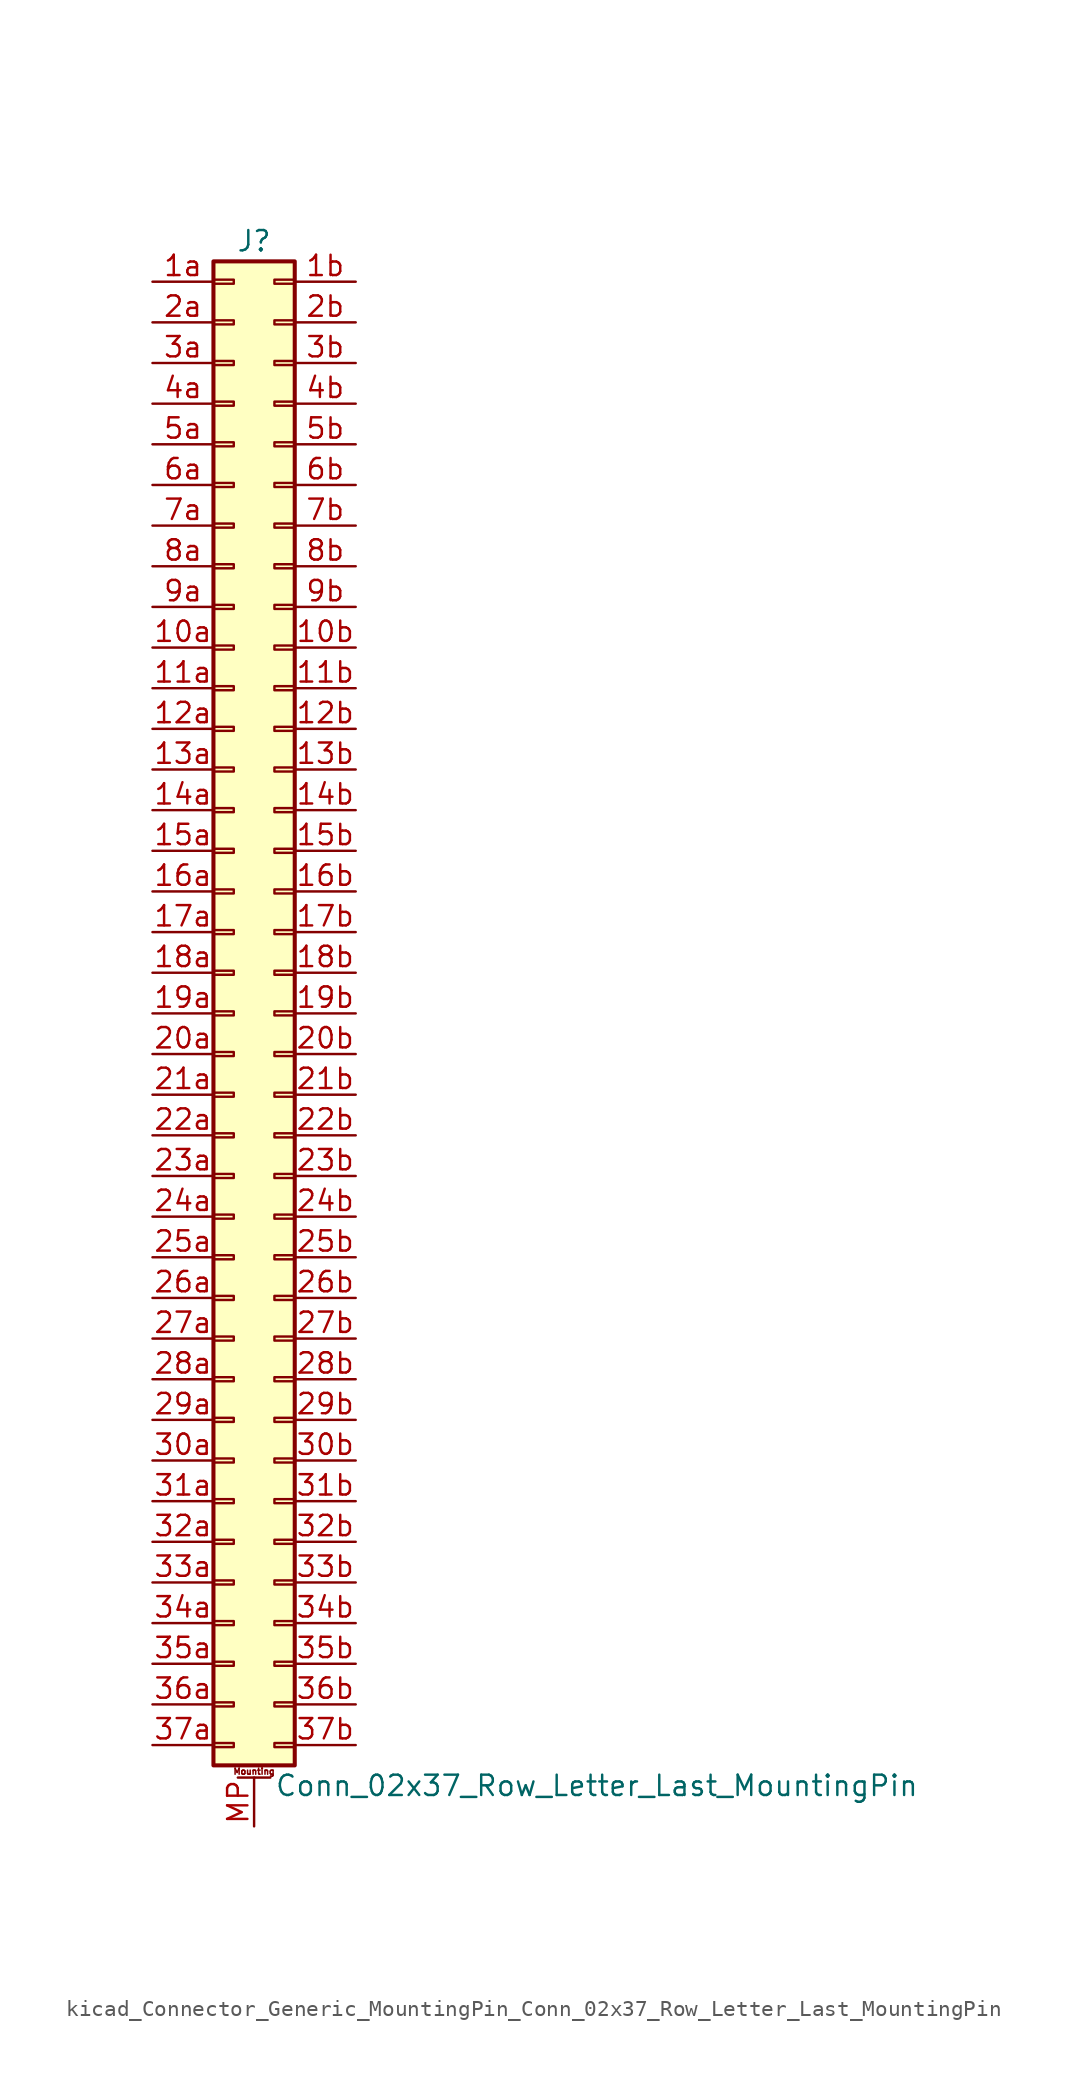
<source format=kicad_sym>
(kicad_symbol_lib
  (version 20220914)
  (generator kicad_symbol_editor)
  (symbol "kicad_Connector_Generic_MountingPin_Conn_02x37_Row_Letter_Last_MountingPin"
    (pin_names
      (offset 1.016) hide)
    (property "Reference" "J"
      (at 1.27 48.26 0)
      (effects (font (size 1.27 1.27))))
    (property "Value" "Conn_02x37_Row_Letter_Last_MountingPin"
      (at 2.54 -48.26 0)
      (effects (font (size 1.27 1.27)) (justify left)))
    (symbol "kicad_Connector_Generic_MountingPin_Conn_02x37_Row_Letter_Last_MountingPin_1_1"
      (rectangle (start -1.27 -45.593) (end 0 -45.847) (stroke (width 0.152) (type default)) (fill (type none)))
      (rectangle (start -1.27 -43.053) (end 0 -43.307) (stroke (width 0.152) (type default)) (fill (type none)))
      (rectangle (start -1.27 -40.513) (end 0 -40.767) (stroke (width 0.152) (type default)) (fill (type none)))
      (rectangle (start -1.27 -37.973) (end 0 -38.227) (stroke (width 0.152) (type default)) (fill (type none)))
      (rectangle (start -1.27 -35.433) (end 0 -35.687) (stroke (width 0.152) (type default)) (fill (type none)))
      (rectangle (start -1.27 -32.893) (end 0 -33.147) (stroke (width 0.152) (type default)) (fill (type none)))
      (rectangle (start -1.27 -30.353) (end 0 -30.607) (stroke (width 0.152) (type default)) (fill (type none)))
      (rectangle (start -1.27 -27.813) (end 0 -28.067) (stroke (width 0.152) (type default)) (fill (type none)))
      (rectangle (start -1.27 -25.273) (end 0 -25.527) (stroke (width 0.152) (type default)) (fill (type none)))
      (rectangle (start -1.27 -22.733) (end 0 -22.987) (stroke (width 0.152) (type default)) (fill (type none)))
      (rectangle (start -1.27 -20.193) (end 0 -20.447) (stroke (width 0.152) (type default)) (fill (type none)))
      (rectangle (start -1.27 -17.653) (end 0 -17.907) (stroke (width 0.152) (type default)) (fill (type none)))
      (rectangle (start -1.27 -15.113) (end 0 -15.367) (stroke (width 0.152) (type default)) (fill (type none)))
      (rectangle (start -1.27 -12.573) (end 0 -12.827) (stroke (width 0.152) (type default)) (fill (type none)))
      (rectangle (start -1.27 -10.033) (end 0 -10.287) (stroke (width 0.152) (type default)) (fill (type none)))
      (rectangle (start -1.27 -7.493) (end 0 -7.747) (stroke (width 0.152) (type default)) (fill (type none)))
      (rectangle (start -1.27 -4.953) (end 0 -5.207) (stroke (width 0.152) (type default)) (fill (type none)))
      (rectangle (start -1.27 -2.413) (end 0 -2.667) (stroke (width 0.152) (type default)) (fill (type none)))
      (rectangle (start -1.27 0.127) (end 0 -0.127) (stroke (width 0.152) (type default)) (fill (type none)))
      (rectangle (start -1.27 2.667) (end 0 2.413) (stroke (width 0.152) (type default)) (fill (type none)))
      (rectangle (start -1.27 5.207) (end 0 4.953) (stroke (width 0.152) (type default)) (fill (type none)))
      (rectangle (start -1.27 7.747) (end 0 7.493) (stroke (width 0.152) (type default)) (fill (type none)))
      (rectangle (start -1.27 10.287) (end 0 10.033) (stroke (width 0.152) (type default)) (fill (type none)))
      (rectangle (start -1.27 12.827) (end 0 12.573) (stroke (width 0.152) (type default)) (fill (type none)))
      (rectangle (start -1.27 15.367) (end 0 15.113) (stroke (width 0.152) (type default)) (fill (type none)))
      (rectangle (start -1.27 17.907) (end 0 17.653) (stroke (width 0.152) (type default)) (fill (type none)))
      (rectangle (start -1.27 20.447) (end 0 20.193) (stroke (width 0.152) (type default)) (fill (type none)))
      (rectangle (start -1.27 22.987) (end 0 22.733) (stroke (width 0.152) (type default)) (fill (type none)))
      (rectangle (start -1.27 25.527) (end 0 25.273) (stroke (width 0.152) (type default)) (fill (type none)))
      (rectangle (start -1.27 28.067) (end 0 27.813) (stroke (width 0.152) (type default)) (fill (type none)))
      (rectangle (start -1.27 30.607) (end 0 30.353) (stroke (width 0.152) (type default)) (fill (type none)))
      (rectangle (start -1.27 33.147) (end 0 32.893) (stroke (width 0.152) (type default)) (fill (type none)))
      (rectangle (start -1.27 35.687) (end 0 35.433) (stroke (width 0.152) (type default)) (fill (type none)))
      (rectangle (start -1.27 38.227) (end 0 37.973) (stroke (width 0.152) (type default)) (fill (type none)))
      (rectangle (start -1.27 40.767) (end 0 40.513) (stroke (width 0.152) (type default)) (fill (type none)))
      (rectangle (start -1.27 43.307) (end 0 43.053) (stroke (width 0.152) (type default)) (fill (type none)))
      (rectangle (start -1.27 45.847) (end 0 45.593) (stroke (width 0.152) (type default)) (fill (type none)))
      (rectangle (start -1.27 46.99) (end 3.81 -46.99) (stroke (width 0.254) (type default)) (fill (type background)))
      (polyline (pts (xy 0.254 -47.752) (xy 2.286 -47.752)) (stroke (width 0.152) (type default)) (fill (type none)))
      (rectangle (start 3.81 -45.593) (end 2.54 -45.847) (stroke (width 0.152) (type default)) (fill (type none)))
      (rectangle (start 3.81 -43.053) (end 2.54 -43.307) (stroke (width 0.152) (type default)) (fill (type none)))
      (rectangle (start 3.81 -40.513) (end 2.54 -40.767) (stroke (width 0.152) (type default)) (fill (type none)))
      (rectangle (start 3.81 -37.973) (end 2.54 -38.227) (stroke (width 0.152) (type default)) (fill (type none)))
      (rectangle (start 3.81 -35.433) (end 2.54 -35.687) (stroke (width 0.152) (type default)) (fill (type none)))
      (rectangle (start 3.81 -32.893) (end 2.54 -33.147) (stroke (width 0.152) (type default)) (fill (type none)))
      (rectangle (start 3.81 -30.353) (end 2.54 -30.607) (stroke (width 0.152) (type default)) (fill (type none)))
      (rectangle (start 3.81 -27.813) (end 2.54 -28.067) (stroke (width 0.152) (type default)) (fill (type none)))
      (rectangle (start 3.81 -25.273) (end 2.54 -25.527) (stroke (width 0.152) (type default)) (fill (type none)))
      (rectangle (start 3.81 -22.733) (end 2.54 -22.987) (stroke (width 0.152) (type default)) (fill (type none)))
      (rectangle (start 3.81 -20.193) (end 2.54 -20.447) (stroke (width 0.152) (type default)) (fill (type none)))
      (rectangle (start 3.81 -17.653) (end 2.54 -17.907) (stroke (width 0.152) (type default)) (fill (type none)))
      (rectangle (start 3.81 -15.113) (end 2.54 -15.367) (stroke (width 0.152) (type default)) (fill (type none)))
      (rectangle (start 3.81 -12.573) (end 2.54 -12.827) (stroke (width 0.152) (type default)) (fill (type none)))
      (rectangle (start 3.81 -10.033) (end 2.54 -10.287) (stroke (width 0.152) (type default)) (fill (type none)))
      (rectangle (start 3.81 -7.493) (end 2.54 -7.747) (stroke (width 0.152) (type default)) (fill (type none)))
      (rectangle (start 3.81 -4.953) (end 2.54 -5.207) (stroke (width 0.152) (type default)) (fill (type none)))
      (rectangle (start 3.81 -2.413) (end 2.54 -2.667) (stroke (width 0.152) (type default)) (fill (type none)))
      (rectangle (start 3.81 0.127) (end 2.54 -0.127) (stroke (width 0.152) (type default)) (fill (type none)))
      (rectangle (start 3.81 2.667) (end 2.54 2.413) (stroke (width 0.152) (type default)) (fill (type none)))
      (rectangle (start 3.81 5.207) (end 2.54 4.953) (stroke (width 0.152) (type default)) (fill (type none)))
      (rectangle (start 3.81 7.747) (end 2.54 7.493) (stroke (width 0.152) (type default)) (fill (type none)))
      (rectangle (start 3.81 10.287) (end 2.54 10.033) (stroke (width 0.152) (type default)) (fill (type none)))
      (rectangle (start 3.81 12.827) (end 2.54 12.573) (stroke (width 0.152) (type default)) (fill (type none)))
      (rectangle (start 3.81 15.367) (end 2.54 15.113) (stroke (width 0.152) (type default)) (fill (type none)))
      (rectangle (start 3.81 17.907) (end 2.54 17.653) (stroke (width 0.152) (type default)) (fill (type none)))
      (rectangle (start 3.81 20.447) (end 2.54 20.193) (stroke (width 0.152) (type default)) (fill (type none)))
      (rectangle (start 3.81 22.987) (end 2.54 22.733) (stroke (width 0.152) (type default)) (fill (type none)))
      (rectangle (start 3.81 25.527) (end 2.54 25.273) (stroke (width 0.152) (type default)) (fill (type none)))
      (rectangle (start 3.81 28.067) (end 2.54 27.813) (stroke (width 0.152) (type default)) (fill (type none)))
      (rectangle (start 3.81 30.607) (end 2.54 30.353) (stroke (width 0.152) (type default)) (fill (type none)))
      (rectangle (start 3.81 33.147) (end 2.54 32.893) (stroke (width 0.152) (type default)) (fill (type none)))
      (rectangle (start 3.81 35.687) (end 2.54 35.433) (stroke (width 0.152) (type default)) (fill (type none)))
      (rectangle (start 3.81 38.227) (end 2.54 37.973) (stroke (width 0.152) (type default)) (fill (type none)))
      (rectangle (start 3.81 40.767) (end 2.54 40.513) (stroke (width 0.152) (type default)) (fill (type none)))
      (rectangle (start 3.81 43.307) (end 2.54 43.053) (stroke (width 0.152) (type default)) (fill (type none)))
      (rectangle (start 3.81 45.847) (end 2.54 45.593) (stroke (width 0.152) (type default)) (fill (type none)))
      (text "Mounting" (at 1.27 -47.371 0) (effects (font (size 0.381 0.381))))
      (pin passive line (at -5.08 22.86 0) (length 3.81) (name "Pin_10a" (effects (font (size 1.27 1.27)))) (number "10a" (effects (font (size 1.27 1.27)))))
      (pin passive line (at 7.62 22.86 180) (length 3.81) (name "Pin_10b" (effects (font (size 1.27 1.27)))) (number "10b" (effects (font (size 1.27 1.27)))))
      (pin passive line (at -5.08 20.32 0) (length 3.81) (name "Pin_11a" (effects (font (size 1.27 1.27)))) (number "11a" (effects (font (size 1.27 1.27)))))
      (pin passive line (at 7.62 20.32 180) (length 3.81) (name "Pin_11b" (effects (font (size 1.27 1.27)))) (number "11b" (effects (font (size 1.27 1.27)))))
      (pin passive line (at -5.08 17.78 0) (length 3.81) (name "Pin_12a" (effects (font (size 1.27 1.27)))) (number "12a" (effects (font (size 1.27 1.27)))))
      (pin passive line (at 7.62 17.78 180) (length 3.81) (name "Pin_12b" (effects (font (size 1.27 1.27)))) (number "12b" (effects (font (size 1.27 1.27)))))
      (pin passive line (at -5.08 15.24 0) (length 3.81) (name "Pin_13a" (effects (font (size 1.27 1.27)))) (number "13a" (effects (font (size 1.27 1.27)))))
      (pin passive line (at 7.62 15.24 180) (length 3.81) (name "Pin_13b" (effects (font (size 1.27 1.27)))) (number "13b" (effects (font (size 1.27 1.27)))))
      (pin passive line (at -5.08 12.7 0) (length 3.81) (name "Pin_14a" (effects (font (size 1.27 1.27)))) (number "14a" (effects (font (size 1.27 1.27)))))
      (pin passive line (at 7.62 12.7 180) (length 3.81) (name "Pin_14b" (effects (font (size 1.27 1.27)))) (number "14b" (effects (font (size 1.27 1.27)))))
      (pin passive line (at -5.08 10.16 0) (length 3.81) (name "Pin_15a" (effects (font (size 1.27 1.27)))) (number "15a" (effects (font (size 1.27 1.27)))))
      (pin passive line (at 7.62 10.16 180) (length 3.81) (name "Pin_15b" (effects (font (size 1.27 1.27)))) (number "15b" (effects (font (size 1.27 1.27)))))
      (pin passive line (at -5.08 7.62 0) (length 3.81) (name "Pin_16a" (effects (font (size 1.27 1.27)))) (number "16a" (effects (font (size 1.27 1.27)))))
      (pin passive line (at 7.62 7.62 180) (length 3.81) (name "Pin_16b" (effects (font (size 1.27 1.27)))) (number "16b" (effects (font (size 1.27 1.27)))))
      (pin passive line (at -5.08 5.08 0) (length 3.81) (name "Pin_17a" (effects (font (size 1.27 1.27)))) (number "17a" (effects (font (size 1.27 1.27)))))
      (pin passive line (at 7.62 5.08 180) (length 3.81) (name "Pin_17b" (effects (font (size 1.27 1.27)))) (number "17b" (effects (font (size 1.27 1.27)))))
      (pin passive line (at -5.08 2.54 0) (length 3.81) (name "Pin_18a" (effects (font (size 1.27 1.27)))) (number "18a" (effects (font (size 1.27 1.27)))))
      (pin passive line (at 7.62 2.54 180) (length 3.81) (name "Pin_18b" (effects (font (size 1.27 1.27)))) (number "18b" (effects (font (size 1.27 1.27)))))
      (pin passive line (at -5.08 0 0) (length 3.81) (name "Pin_19a" (effects (font (size 1.27 1.27)))) (number "19a" (effects (font (size 1.27 1.27)))))
      (pin passive line (at 7.62 0 180) (length 3.81) (name "Pin_19b" (effects (font (size 1.27 1.27)))) (number "19b" (effects (font (size 1.27 1.27)))))
      (pin passive line (at -5.08 45.72 0) (length 3.81) (name "Pin_1a" (effects (font (size 1.27 1.27)))) (number "1a" (effects (font (size 1.27 1.27)))))
      (pin passive line (at 7.62 45.72 180) (length 3.81) (name "Pin_1b" (effects (font (size 1.27 1.27)))) (number "1b" (effects (font (size 1.27 1.27)))))
      (pin passive line (at -5.08 -2.54 0) (length 3.81) (name "Pin_20a" (effects (font (size 1.27 1.27)))) (number "20a" (effects (font (size 1.27 1.27)))))
      (pin passive line (at 7.62 -2.54 180) (length 3.81) (name "Pin_20b" (effects (font (size 1.27 1.27)))) (number "20b" (effects (font (size 1.27 1.27)))))
      (pin passive line (at -5.08 -5.08 0) (length 3.81) (name "Pin_21a" (effects (font (size 1.27 1.27)))) (number "21a" (effects (font (size 1.27 1.27)))))
      (pin passive line (at 7.62 -5.08 180) (length 3.81) (name "Pin_21b" (effects (font (size 1.27 1.27)))) (number "21b" (effects (font (size 1.27 1.27)))))
      (pin passive line (at -5.08 -7.62 0) (length 3.81) (name "Pin_22a" (effects (font (size 1.27 1.27)))) (number "22a" (effects (font (size 1.27 1.27)))))
      (pin passive line (at 7.62 -7.62 180) (length 3.81) (name "Pin_22b" (effects (font (size 1.27 1.27)))) (number "22b" (effects (font (size 1.27 1.27)))))
      (pin passive line (at -5.08 -10.16 0) (length 3.81) (name "Pin_23a" (effects (font (size 1.27 1.27)))) (number "23a" (effects (font (size 1.27 1.27)))))
      (pin passive line (at 7.62 -10.16 180) (length 3.81) (name "Pin_23b" (effects (font (size 1.27 1.27)))) (number "23b" (effects (font (size 1.27 1.27)))))
      (pin passive line (at -5.08 -12.7 0) (length 3.81) (name "Pin_24a" (effects (font (size 1.27 1.27)))) (number "24a" (effects (font (size 1.27 1.27)))))
      (pin passive line (at 7.62 -12.7 180) (length 3.81) (name "Pin_24b" (effects (font (size 1.27 1.27)))) (number "24b" (effects (font (size 1.27 1.27)))))
      (pin passive line (at -5.08 -15.24 0) (length 3.81) (name "Pin_25a" (effects (font (size 1.27 1.27)))) (number "25a" (effects (font (size 1.27 1.27)))))
      (pin passive line (at 7.62 -15.24 180) (length 3.81) (name "Pin_25b" (effects (font (size 1.27 1.27)))) (number "25b" (effects (font (size 1.27 1.27)))))
      (pin passive line (at -5.08 -17.78 0) (length 3.81) (name "Pin_26a" (effects (font (size 1.27 1.27)))) (number "26a" (effects (font (size 1.27 1.27)))))
      (pin passive line (at 7.62 -17.78 180) (length 3.81) (name "Pin_26b" (effects (font (size 1.27 1.27)))) (number "26b" (effects (font (size 1.27 1.27)))))
      (pin passive line (at -5.08 -20.32 0) (length 3.81) (name "Pin_27a" (effects (font (size 1.27 1.27)))) (number "27a" (effects (font (size 1.27 1.27)))))
      (pin passive line (at 7.62 -20.32 180) (length 3.81) (name "Pin_27b" (effects (font (size 1.27 1.27)))) (number "27b" (effects (font (size 1.27 1.27)))))
      (pin passive line (at -5.08 -22.86 0) (length 3.81) (name "Pin_28a" (effects (font (size 1.27 1.27)))) (number "28a" (effects (font (size 1.27 1.27)))))
      (pin passive line (at 7.62 -22.86 180) (length 3.81) (name "Pin_28b" (effects (font (size 1.27 1.27)))) (number "28b" (effects (font (size 1.27 1.27)))))
      (pin passive line (at -5.08 -25.4 0) (length 3.81) (name "Pin_29a" (effects (font (size 1.27 1.27)))) (number "29a" (effects (font (size 1.27 1.27)))))
      (pin passive line (at 7.62 -25.4 180) (length 3.81) (name "Pin_29b" (effects (font (size 1.27 1.27)))) (number "29b" (effects (font (size 1.27 1.27)))))
      (pin passive line (at -5.08 43.18 0) (length 3.81) (name "Pin_2a" (effects (font (size 1.27 1.27)))) (number "2a" (effects (font (size 1.27 1.27)))))
      (pin passive line (at 7.62 43.18 180) (length 3.81) (name "Pin_2b" (effects (font (size 1.27 1.27)))) (number "2b" (effects (font (size 1.27 1.27)))))
      (pin passive line (at -5.08 -27.94 0) (length 3.81) (name "Pin_30a" (effects (font (size 1.27 1.27)))) (number "30a" (effects (font (size 1.27 1.27)))))
      (pin passive line (at 7.62 -27.94 180) (length 3.81) (name "Pin_30b" (effects (font (size 1.27 1.27)))) (number "30b" (effects (font (size 1.27 1.27)))))
      (pin passive line (at -5.08 -30.48 0) (length 3.81) (name "Pin_31a" (effects (font (size 1.27 1.27)))) (number "31a" (effects (font (size 1.27 1.27)))))
      (pin passive line (at 7.62 -30.48 180) (length 3.81) (name "Pin_31b" (effects (font (size 1.27 1.27)))) (number "31b" (effects (font (size 1.27 1.27)))))
      (pin passive line (at -5.08 -33.02 0) (length 3.81) (name "Pin_32a" (effects (font (size 1.27 1.27)))) (number "32a" (effects (font (size 1.27 1.27)))))
      (pin passive line (at 7.62 -33.02 180) (length 3.81) (name "Pin_32b" (effects (font (size 1.27 1.27)))) (number "32b" (effects (font (size 1.27 1.27)))))
      (pin passive line (at -5.08 -35.56 0) (length 3.81) (name "Pin_33a" (effects (font (size 1.27 1.27)))) (number "33a" (effects (font (size 1.27 1.27)))))
      (pin passive line (at 7.62 -35.56 180) (length 3.81) (name "Pin_33b" (effects (font (size 1.27 1.27)))) (number "33b" (effects (font (size 1.27 1.27)))))
      (pin passive line (at -5.08 -38.1 0) (length 3.81) (name "Pin_34a" (effects (font (size 1.27 1.27)))) (number "34a" (effects (font (size 1.27 1.27)))))
      (pin passive line (at 7.62 -38.1 180) (length 3.81) (name "Pin_34b" (effects (font (size 1.27 1.27)))) (number "34b" (effects (font (size 1.27 1.27)))))
      (pin passive line (at -5.08 -40.64 0) (length 3.81) (name "Pin_35a" (effects (font (size 1.27 1.27)))) (number "35a" (effects (font (size 1.27 1.27)))))
      (pin passive line (at 7.62 -40.64 180) (length 3.81) (name "Pin_35b" (effects (font (size 1.27 1.27)))) (number "35b" (effects (font (size 1.27 1.27)))))
      (pin passive line (at -5.08 -43.18 0) (length 3.81) (name "Pin_36a" (effects (font (size 1.27 1.27)))) (number "36a" (effects (font (size 1.27 1.27)))))
      (pin passive line (at 7.62 -43.18 180) (length 3.81) (name "Pin_36b" (effects (font (size 1.27 1.27)))) (number "36b" (effects (font (size 1.27 1.27)))))
      (pin passive line (at -5.08 -45.72 0) (length 3.81) (name "Pin_37a" (effects (font (size 1.27 1.27)))) (number "37a" (effects (font (size 1.27 1.27)))))
      (pin passive line (at 7.62 -45.72 180) (length 3.81) (name "Pin_37b" (effects (font (size 1.27 1.27)))) (number "37b" (effects (font (size 1.27 1.27)))))
      (pin passive line (at -5.08 40.64 0) (length 3.81) (name "Pin_3a" (effects (font (size 1.27 1.27)))) (number "3a" (effects (font (size 1.27 1.27)))))
      (pin passive line (at 7.62 40.64 180) (length 3.81) (name "Pin_3b" (effects (font (size 1.27 1.27)))) (number "3b" (effects (font (size 1.27 1.27)))))
      (pin passive line (at -5.08 38.1 0) (length 3.81) (name "Pin_4a" (effects (font (size 1.27 1.27)))) (number "4a" (effects (font (size 1.27 1.27)))))
      (pin passive line (at 7.62 38.1 180) (length 3.81) (name "Pin_4b" (effects (font (size 1.27 1.27)))) (number "4b" (effects (font (size 1.27 1.27)))))
      (pin passive line (at -5.08 35.56 0) (length 3.81) (name "Pin_5a" (effects (font (size 1.27 1.27)))) (number "5a" (effects (font (size 1.27 1.27)))))
      (pin passive line (at 7.62 35.56 180) (length 3.81) (name "Pin_5b" (effects (font (size 1.27 1.27)))) (number "5b" (effects (font (size 1.27 1.27)))))
      (pin passive line (at -5.08 33.02 0) (length 3.81) (name "Pin_6a" (effects (font (size 1.27 1.27)))) (number "6a" (effects (font (size 1.27 1.27)))))
      (pin passive line (at 7.62 33.02 180) (length 3.81) (name "Pin_6b" (effects (font (size 1.27 1.27)))) (number "6b" (effects (font (size 1.27 1.27)))))
      (pin passive line (at -5.08 30.48 0) (length 3.81) (name "Pin_7a" (effects (font (size 1.27 1.27)))) (number "7a" (effects (font (size 1.27 1.27)))))
      (pin passive line (at 7.62 30.48 180) (length 3.81) (name "Pin_7b" (effects (font (size 1.27 1.27)))) (number "7b" (effects (font (size 1.27 1.27)))))
      (pin passive line (at -5.08 27.94 0) (length 3.81) (name "Pin_8a" (effects (font (size 1.27 1.27)))) (number "8a" (effects (font (size 1.27 1.27)))))
      (pin passive line (at 7.62 27.94 180) (length 3.81) (name "Pin_8b" (effects (font (size 1.27 1.27)))) (number "8b" (effects (font (size 1.27 1.27)))))
      (pin passive line (at -5.08 25.4 0) (length 3.81) (name "Pin_9a" (effects (font (size 1.27 1.27)))) (number "9a" (effects (font (size 1.27 1.27)))))
      (pin passive line (at 7.62 25.4 180) (length 3.81) (name "Pin_9b" (effects (font (size 1.27 1.27)))) (number "9b" (effects (font (size 1.27 1.27)))))
      (pin passive line (at 1.27 -50.8 90) (length 3.048) (name "MountPin" (effects (font (size 1.27 1.27)))) (number "MP" (effects (font (size 1.27 1.27))))))))
</source>
